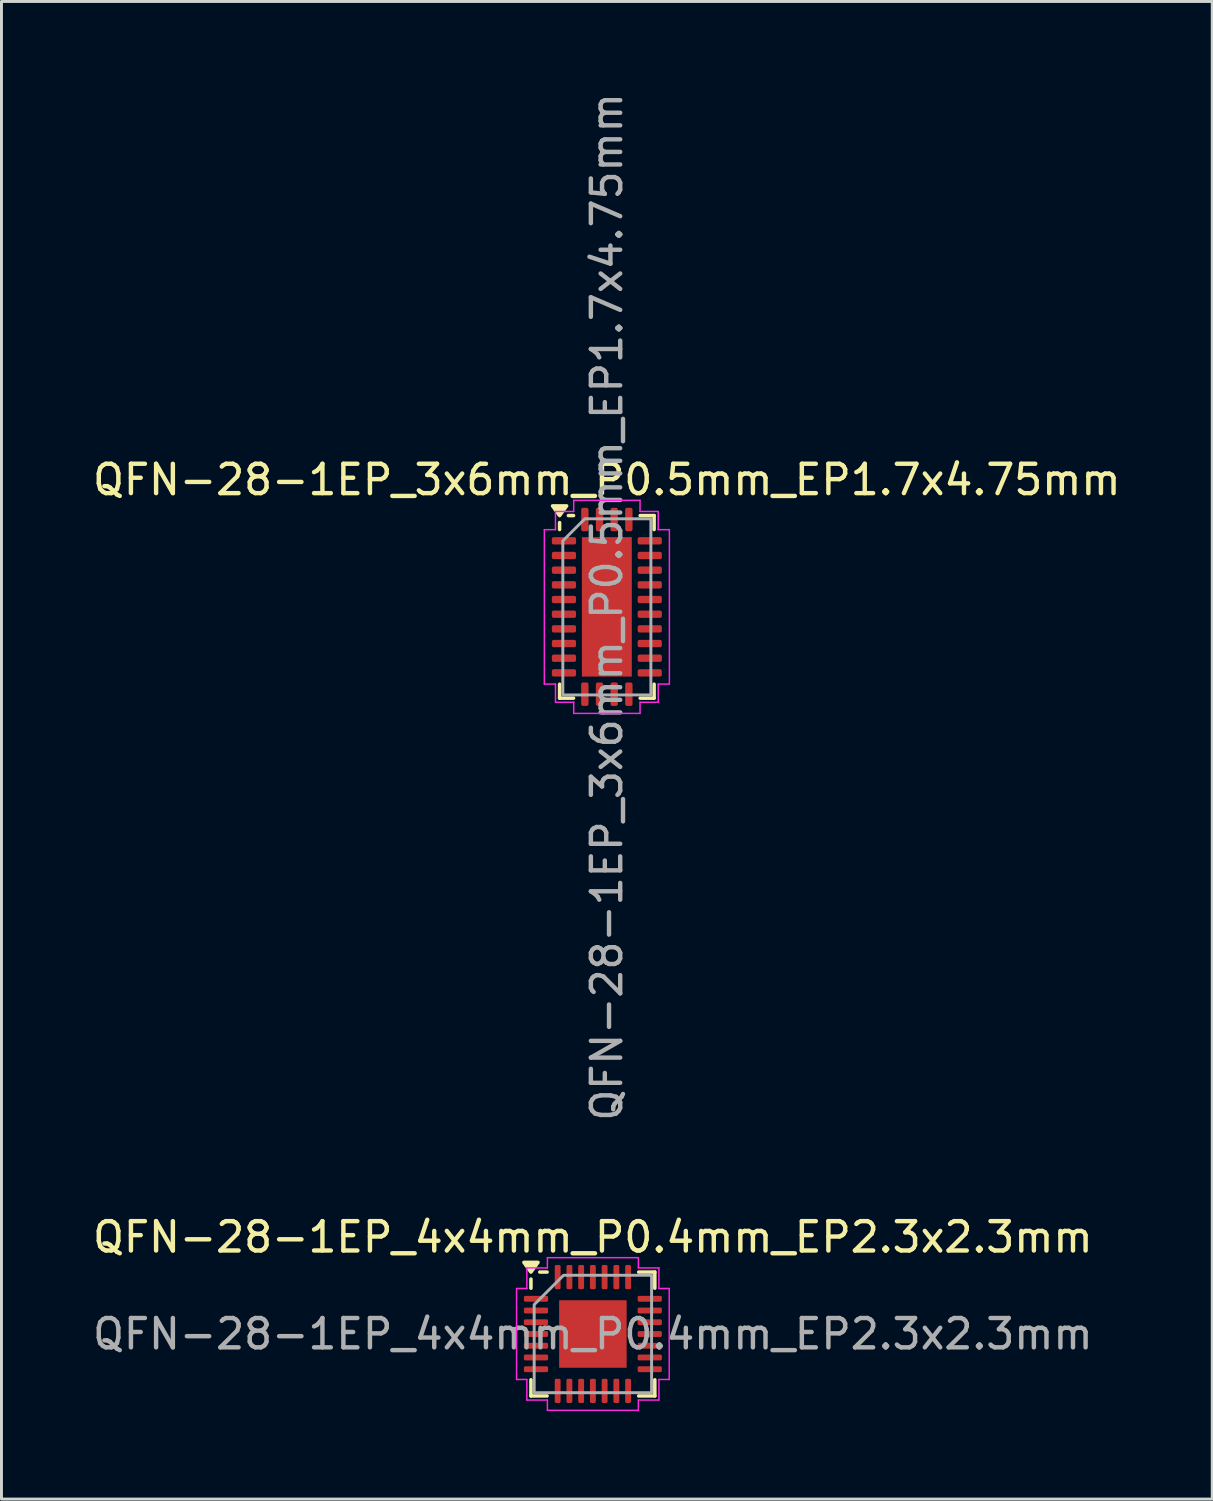
<source format=kicad_pcb>
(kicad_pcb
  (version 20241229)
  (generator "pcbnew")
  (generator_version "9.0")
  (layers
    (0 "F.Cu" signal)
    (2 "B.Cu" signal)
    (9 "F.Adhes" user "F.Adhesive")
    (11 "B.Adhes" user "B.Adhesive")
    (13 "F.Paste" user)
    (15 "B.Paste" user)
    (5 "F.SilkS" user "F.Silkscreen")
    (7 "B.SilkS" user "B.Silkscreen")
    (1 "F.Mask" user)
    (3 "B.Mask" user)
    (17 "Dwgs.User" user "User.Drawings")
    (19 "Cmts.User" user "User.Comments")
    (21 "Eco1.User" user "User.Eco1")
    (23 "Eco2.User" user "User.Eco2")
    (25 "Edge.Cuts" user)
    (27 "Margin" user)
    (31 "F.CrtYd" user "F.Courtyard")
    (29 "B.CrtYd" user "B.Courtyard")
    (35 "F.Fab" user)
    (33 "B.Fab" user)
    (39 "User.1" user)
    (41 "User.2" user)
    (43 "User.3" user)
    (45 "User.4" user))
  (footprint "QFN-28-1EP_4x4mm_P0.4mm_EP2.3x2.3mm"
    (layer "F.Cu")
    (at 17.149 42.398)
    (property "Reference" "QFN-28-1EP_4x4mm_P0.4mm_EP2.3x2.3mm" (at 0 -3.3 0) (layer "F.SilkS") (effects (font (size 1 1) (thickness 0.15))))
    (attr smd)
    (fp_line (start -2.11 -1.56) (end -2.11 -1.87) (stroke (width 0.12) (type solid)) (layer "F.SilkS"))
    (fp_line (start -2.11 2.11) (end -2.11 1.56) (stroke (width 0.12) (type solid)) (layer "F.SilkS"))
    (fp_line (start -1.56 -2.11) (end -1.81 -2.11) (stroke (width 0.12) (type solid)) (layer "F.SilkS"))
    (fp_line (start -1.56 2.11) (end -2.11 2.11) (stroke (width 0.12) (type solid)) (layer "F.SilkS"))
    (fp_line (start 1.56 -2.11) (end 2.11 -2.11) (stroke (width 0.12) (type solid)) (layer "F.SilkS"))
    (fp_line (start 1.56 2.11) (end 2.11 2.11) (stroke (width 0.12) (type solid)) (layer "F.SilkS"))
    (fp_line (start 2.11 -2.11) (end 2.11 -1.56) (stroke (width 0.12) (type solid)) (layer "F.SilkS"))
    (fp_line (start 2.11 2.11) (end 2.11 1.56) (stroke (width 0.12) (type solid)) (layer "F.SilkS"))
    (fp_poly (pts (xy -2.11 -2.11) (xy -2.35 -2.44) (xy -1.87 -2.44)) (stroke (width 0.12) (type solid)) (fill yes) (layer "F.SilkS"))
    (fp_line (start -2.6 -1.55) (end -2.25 -1.55) (stroke (width 0.05) (type solid)) (layer "F.CrtYd"))
    (fp_line (start -2.6 1.55) (end -2.6 -1.55) (stroke (width 0.05) (type solid)) (layer "F.CrtYd"))
    (fp_line (start -2.25 -2.25) (end -1.55 -2.25) (stroke (width 0.05) (type solid)) (layer "F.CrtYd"))
    (fp_line (start -2.25 -1.55) (end -2.25 -2.25) (stroke (width 0.05) (type solid)) (layer "F.CrtYd"))
    (fp_line (start -2.25 1.55) (end -2.6 1.55) (stroke (width 0.05) (type solid)) (layer "F.CrtYd"))
    (fp_line (start -2.25 2.25) (end -2.25 1.55) (stroke (width 0.05) (type solid)) (layer "F.CrtYd"))
    (fp_line (start -1.55 -2.6) (end 1.55 -2.6) (stroke (width 0.05) (type solid)) (layer "F.CrtYd"))
    (fp_line (start -1.55 -2.25) (end -1.55 -2.6) (stroke (width 0.05) (type solid)) (layer "F.CrtYd"))
    (fp_line (start -1.55 2.25) (end -2.25 2.25) (stroke (width 0.05) (type solid)) (layer "F.CrtYd"))
    (fp_line (start -1.55 2.6) (end -1.55 2.25) (stroke (width 0.05) (type solid)) (layer "F.CrtYd"))
    (fp_line (start 1.55 -2.6) (end 1.55 -2.25) (stroke (width 0.05) (type solid)) (layer "F.CrtYd"))
    (fp_line (start 1.55 -2.25) (end 2.25 -2.25) (stroke (width 0.05) (type solid)) (layer "F.CrtYd"))
    (fp_line (start 1.55 2.25) (end 1.55 2.6) (stroke (width 0.05) (type solid)) (layer "F.CrtYd"))
    (fp_line (start 1.55 2.6) (end -1.55 2.6) (stroke (width 0.05) (type solid)) (layer "F.CrtYd"))
    (fp_line (start 2.25 -2.25) (end 2.25 -1.55) (stroke (width 0.05) (type solid)) (layer "F.CrtYd"))
    (fp_line (start 2.25 -1.55) (end 2.6 -1.55) (stroke (width 0.05) (type solid)) (layer "F.CrtYd"))
    (fp_line (start 2.25 1.55) (end 2.25 2.25) (stroke (width 0.05) (type solid)) (layer "F.CrtYd"))
    (fp_line (start 2.25 2.25) (end 1.55 2.25) (stroke (width 0.05) (type solid)) (layer "F.CrtYd"))
    (fp_line (start 2.6 -1.55) (end 2.6 1.55) (stroke (width 0.05) (type solid)) (layer "F.CrtYd"))
    (fp_line (start 2.6 1.55) (end 2.25 1.55) (stroke (width 0.05) (type solid)) (layer "F.CrtYd"))
    (fp_poly (pts (xy -2 -1) (xy -2 2) (xy 2 2) (xy 2 -2) (xy -1 -2)) (stroke (width 0.1) (type solid)) (fill no) (layer "F.Fab"))
    (fp_text user "${REFERENCE}" (at 0 0 0) (layer "F.Fab") (effects (font (size 1 1) (thickness 0.15))))
    (pad "" smd roundrect (at -0.575 -0.575) (size 0.93 0.93) (layers "F.Paste") (roundrect_rratio 0.25))
    (pad "" smd roundrect (at -0.575 0.575) (size 0.93 0.93) (layers "F.Paste") (roundrect_rratio 0.25))
    (pad "" smd roundrect (at 0.575 -0.575) (size 0.93 0.93) (layers "F.Paste") (roundrect_rratio 0.25))
    (pad "" smd roundrect (at 0.575 0.575) (size 0.93 0.93) (layers "F.Paste") (roundrect_rratio 0.25))
    (pad "1" smd roundrect (at -1.938 -1.2) (size 0.825 0.2) (layers "F.Cu" "F.Mask" "F.Paste") (roundrect_rratio 0.25))
    (pad "2" smd roundrect (at -1.938 -0.8) (size 0.825 0.2) (layers "F.Cu" "F.Mask" "F.Paste") (roundrect_rratio 0.25))
    (pad "3" smd roundrect (at -1.938 -0.4) (size 0.825 0.2) (layers "F.Cu" "F.Mask" "F.Paste") (roundrect_rratio 0.25))
    (pad "4" smd roundrect (at -1.938 0) (size 0.825 0.2) (layers "F.Cu" "F.Mask" "F.Paste") (roundrect_rratio 0.25))
    (pad "5" smd roundrect (at -1.938 0.4) (size 0.825 0.2) (layers "F.Cu" "F.Mask" "F.Paste") (roundrect_rratio 0.25))
    (pad "6" smd roundrect (at -1.938 0.8) (size 0.825 0.2) (layers "F.Cu" "F.Mask" "F.Paste") (roundrect_rratio 0.25))
    (pad "7" smd roundrect (at -1.938 1.2) (size 0.825 0.2) (layers "F.Cu" "F.Mask" "F.Paste") (roundrect_rratio 0.25))
    (pad "8" smd roundrect (at -1.2 1.938) (size 0.2 0.825) (layers "F.Cu" "F.Mask" "F.Paste") (roundrect_rratio 0.25))
    (pad "9" smd roundrect (at -0.8 1.938) (size 0.2 0.825) (layers "F.Cu" "F.Mask" "F.Paste") (roundrect_rratio 0.25))
    (pad "10" smd roundrect (at -0.4 1.938) (size 0.2 0.825) (layers "F.Cu" "F.Mask" "F.Paste") (roundrect_rratio 0.25))
    (pad "11" smd roundrect (at 0 1.938) (size 0.2 0.825) (layers "F.Cu" "F.Mask" "F.Paste") (roundrect_rratio 0.25))
    (pad "12" smd roundrect (at 0.4 1.938) (size 0.2 0.825) (layers "F.Cu" "F.Mask" "F.Paste") (roundrect_rratio 0.25))
    (pad "13" smd roundrect (at 0.8 1.938) (size 0.2 0.825) (layers "F.Cu" "F.Mask" "F.Paste") (roundrect_rratio 0.25))
    (pad "14" smd roundrect (at 1.2 1.938) (size 0.2 0.825) (layers "F.Cu" "F.Mask" "F.Paste") (roundrect_rratio 0.25))
    (pad "15" smd roundrect (at 1.938 1.2) (size 0.825 0.2) (layers "F.Cu" "F.Mask" "F.Paste") (roundrect_rratio 0.25))
    (pad "16" smd roundrect (at 1.938 0.8) (size 0.825 0.2) (layers "F.Cu" "F.Mask" "F.Paste") (roundrect_rratio 0.25))
    (pad "17" smd roundrect (at 1.938 0.4) (size 0.825 0.2) (layers "F.Cu" "F.Mask" "F.Paste") (roundrect_rratio 0.25))
    (pad "18" smd roundrect (at 1.938 0) (size 0.825 0.2) (layers "F.Cu" "F.Mask" "F.Paste") (roundrect_rratio 0.25))
    (pad "19" smd roundrect (at 1.938 -0.4) (size 0.825 0.2) (layers "F.Cu" "F.Mask" "F.Paste") (roundrect_rratio 0.25))
    (pad "20" smd roundrect (at 1.938 -0.8) (size 0.825 0.2) (layers "F.Cu" "F.Mask" "F.Paste") (roundrect_rratio 0.25))
    (pad "21" smd roundrect (at 1.938 -1.2) (size 0.825 0.2) (layers "F.Cu" "F.Mask" "F.Paste") (roundrect_rratio 0.25))
    (pad "22" smd roundrect (at 1.2 -1.938) (size 0.2 0.825) (layers "F.Cu" "F.Mask" "F.Paste") (roundrect_rratio 0.25))
    (pad "23" smd roundrect (at 0.8 -1.938) (size 0.2 0.825) (layers "F.Cu" "F.Mask" "F.Paste") (roundrect_rratio 0.25))
    (pad "24" smd roundrect (at 0.4 -1.938) (size 0.2 0.825) (layers "F.Cu" "F.Mask" "F.Paste") (roundrect_rratio 0.25))
    (pad "25" smd roundrect (at 0 -1.938) (size 0.2 0.825) (layers "F.Cu" "F.Mask" "F.Paste") (roundrect_rratio 0.25))
    (pad "26" smd roundrect (at -0.4 -1.938) (size 0.2 0.825) (layers "F.Cu" "F.Mask" "F.Paste") (roundrect_rratio 0.25))
    (pad "27" smd roundrect (at -0.8 -1.938) (size 0.2 0.825) (layers "F.Cu" "F.Mask" "F.Paste") (roundrect_rratio 0.25))
    (pad "28" smd roundrect (at -1.2 -1.938) (size 0.2 0.825) (layers "F.Cu" "F.Mask" "F.Paste") (roundrect_rratio 0.25))
    (pad "29" smd rect (at 0 0) (size 2.3 2.3) (property pad_prop_heatsink) (layers "F.Cu" "F.Mask")))
  (footprint "QFN-28-1EP_3x6mm_P0.5mm_EP1.7x4.75mm"
    (layer "F.Cu")
    (at 17.625 17.625)
    (property "Reference" "QFN-28-1EP_3x6mm_P0.5mm_EP1.7x4.75mm" (at 0 -4.33 0) (layer "F.SilkS") (effects (font (size 1 1) (thickness 0.15))))
    (attr smd)
    (fp_line (start -1.61 -2.635) (end -1.61 -2.87) (stroke (width 0.12) (type solid)) (layer "F.SilkS"))
    (fp_line (start -1.61 3.11) (end -1.61 2.635) (stroke (width 0.12) (type solid)) (layer "F.SilkS"))
    (fp_line (start -1.135 -3.11) (end -1.31 -3.11) (stroke (width 0.12) (type solid)) (layer "F.SilkS"))
    (fp_line (start -1.135 3.11) (end -1.61 3.11) (stroke (width 0.12) (type solid)) (layer "F.SilkS"))
    (fp_line (start 1.135 -3.11) (end 1.61 -3.11) (stroke (width 0.12) (type solid)) (layer "F.SilkS"))
    (fp_line (start 1.135 3.11) (end 1.61 3.11) (stroke (width 0.12) (type solid)) (layer "F.SilkS"))
    (fp_line (start 1.61 -3.11) (end 1.61 -2.635) (stroke (width 0.12) (type solid)) (layer "F.SilkS"))
    (fp_line (start 1.61 3.11) (end 1.61 2.635) (stroke (width 0.12) (type solid)) (layer "F.SilkS"))
    (fp_poly (pts (xy -1.61 -3.11) (xy -1.85 -3.44) (xy -1.37 -3.44)) (stroke (width 0.12) (type solid)) (fill yes) (layer "F.SilkS"))
    (fp_line (start -2.13 -2.63) (end -1.75 -2.63) (stroke (width 0.05) (type solid)) (layer "F.CrtYd"))
    (fp_line (start -2.13 2.63) (end -2.13 -2.63) (stroke (width 0.05) (type solid)) (layer "F.CrtYd"))
    (fp_line (start -1.75 -3.25) (end -1.13 -3.25) (stroke (width 0.05) (type solid)) (layer "F.CrtYd"))
    (fp_line (start -1.75 -2.63) (end -1.75 -3.25) (stroke (width 0.05) (type solid)) (layer "F.CrtYd"))
    (fp_line (start -1.75 2.63) (end -2.13 2.63) (stroke (width 0.05) (type solid)) (layer "F.CrtYd"))
    (fp_line (start -1.75 3.25) (end -1.75 2.63) (stroke (width 0.05) (type solid)) (layer "F.CrtYd"))
    (fp_line (start -1.13 -3.63) (end 1.13 -3.63) (stroke (width 0.05) (type solid)) (layer "F.CrtYd"))
    (fp_line (start -1.13 -3.25) (end -1.13 -3.63) (stroke (width 0.05) (type solid)) (layer "F.CrtYd"))
    (fp_line (start -1.13 3.25) (end -1.75 3.25) (stroke (width 0.05) (type solid)) (layer "F.CrtYd"))
    (fp_line (start -1.13 3.63) (end -1.13 3.25) (stroke (width 0.05) (type solid)) (layer "F.CrtYd"))
    (fp_line (start 1.13 -3.63) (end 1.13 -3.25) (stroke (width 0.05) (type solid)) (layer "F.CrtYd"))
    (fp_line (start 1.13 -3.25) (end 1.75 -3.25) (stroke (width 0.05) (type solid)) (layer "F.CrtYd"))
    (fp_line (start 1.13 3.25) (end 1.13 3.63) (stroke (width 0.05) (type solid)) (layer "F.CrtYd"))
    (fp_line (start 1.13 3.63) (end -1.13 3.63) (stroke (width 0.05) (type solid)) (layer "F.CrtYd"))
    (fp_line (start 1.75 -3.25) (end 1.75 -2.63) (stroke (width 0.05) (type solid)) (layer "F.CrtYd"))
    (fp_line (start 1.75 -2.63) (end 2.13 -2.63) (stroke (width 0.05) (type solid)) (layer "F.CrtYd"))
    (fp_line (start 1.75 2.63) (end 1.75 3.25) (stroke (width 0.05) (type solid)) (layer "F.CrtYd"))
    (fp_line (start 1.75 3.25) (end 1.13 3.25) (stroke (width 0.05) (type solid)) (layer "F.CrtYd"))
    (fp_line (start 2.13 -2.63) (end 2.13 2.63) (stroke (width 0.05) (type solid)) (layer "F.CrtYd"))
    (fp_line (start 2.13 2.63) (end 1.75 2.63) (stroke (width 0.05) (type solid)) (layer "F.CrtYd"))
    (fp_poly (pts (xy -1.5 -2.25) (xy -1.5 3) (xy 1.5 3) (xy 1.5 -3) (xy -0.75 -3)) (stroke (width 0.1) (type solid)) (fill no) (layer "F.Fab"))
    (fp_text user "${REFERENCE}" (at 0 0 90) (layer "F.Fab") (effects (font (size 1 1) (thickness 0.15))))
    (pad "" smd roundrect (at -0.425 -1.785) (size 0.69 0.96) (layers "F.Paste") (roundrect_rratio 0.25))
    (pad "" smd roundrect (at -0.425 -0.595) (size 0.69 0.96) (layers "F.Paste") (roundrect_rratio 0.25))
    (pad "" smd roundrect (at -0.425 0.595) (size 0.69 0.96) (layers "F.Paste") (roundrect_rratio 0.25))
    (pad "" smd roundrect (at -0.425 1.785) (size 0.69 0.96) (layers "F.Paste") (roundrect_rratio 0.25))
    (pad "" smd roundrect (at 0.425 -1.785) (size 0.69 0.96) (layers "F.Paste") (roundrect_rratio 0.25))
    (pad "" smd roundrect (at 0.425 -0.595) (size 0.69 0.96) (layers "F.Paste") (roundrect_rratio 0.25))
    (pad "" smd roundrect (at 0.425 0.595) (size 0.69 0.96) (layers "F.Paste") (roundrect_rratio 0.25))
    (pad "" smd roundrect (at 0.425 1.785) (size 0.69 0.96) (layers "F.Paste") (roundrect_rratio 0.25))
    (pad "1" smd roundrect (at -1.462 -2.25) (size 0.825 0.25) (layers "F.Cu" "F.Mask" "F.Paste") (roundrect_rratio 0.25))
    (pad "2" smd roundrect (at -1.462 -1.75) (size 0.825 0.25) (layers "F.Cu" "F.Mask" "F.Paste") (roundrect_rratio 0.25))
    (pad "3" smd roundrect (at -1.462 -1.25) (size 0.825 0.25) (layers "F.Cu" "F.Mask" "F.Paste") (roundrect_rratio 0.25))
    (pad "4" smd roundrect (at -1.462 -0.75) (size 0.825 0.25) (layers "F.Cu" "F.Mask" "F.Paste") (roundrect_rratio 0.25))
    (pad "5" smd roundrect (at -1.462 -0.25) (size 0.825 0.25) (layers "F.Cu" "F.Mask" "F.Paste") (roundrect_rratio 0.25))
    (pad "6" smd roundrect (at -1.462 0.25) (size 0.825 0.25) (layers "F.Cu" "F.Mask" "F.Paste") (roundrect_rratio 0.25))
    (pad "7" smd roundrect (at -1.462 0.75) (size 0.825 0.25) (layers "F.Cu" "F.Mask" "F.Paste") (roundrect_rratio 0.25))
    (pad "8" smd roundrect (at -1.462 1.25) (size 0.825 0.25) (layers "F.Cu" "F.Mask" "F.Paste") (roundrect_rratio 0.25))
    (pad "9" smd roundrect (at -1.462 1.75) (size 0.825 0.25) (layers "F.Cu" "F.Mask" "F.Paste") (roundrect_rratio 0.25))
    (pad "10" smd roundrect (at -1.462 2.25) (size 0.825 0.25) (layers "F.Cu" "F.Mask" "F.Paste") (roundrect_rratio 0.25))
    (pad "11" smd roundrect (at -0.75 2.975) (size 0.25 0.8) (layers "F.Cu" "F.Mask" "F.Paste") (roundrect_rratio 0.25))
    (pad "12" smd roundrect (at -0.25 2.975) (size 0.25 0.8) (layers "F.Cu" "F.Mask" "F.Paste") (roundrect_rratio 0.25))
    (pad "13" smd roundrect (at 0.25 2.975) (size 0.25 0.8) (layers "F.Cu" "F.Mask" "F.Paste") (roundrect_rratio 0.25))
    (pad "14" smd roundrect (at 0.75 2.975) (size 0.25 0.8) (layers "F.Cu" "F.Mask" "F.Paste") (roundrect_rratio 0.25))
    (pad "15" smd roundrect (at 1.462 2.25) (size 0.825 0.25) (layers "F.Cu" "F.Mask" "F.Paste") (roundrect_rratio 0.25))
    (pad "16" smd roundrect (at 1.462 1.75) (size 0.825 0.25) (layers "F.Cu" "F.Mask" "F.Paste") (roundrect_rratio 0.25))
    (pad "17" smd roundrect (at 1.462 1.25) (size 0.825 0.25) (layers "F.Cu" "F.Mask" "F.Paste") (roundrect_rratio 0.25))
    (pad "18" smd roundrect (at 1.462 0.75) (size 0.825 0.25) (layers "F.Cu" "F.Mask" "F.Paste") (roundrect_rratio 0.25))
    (pad "19" smd roundrect (at 1.462 0.25) (size 0.825 0.25) (layers "F.Cu" "F.Mask" "F.Paste") (roundrect_rratio 0.25))
    (pad "20" smd roundrect (at 1.462 -0.25) (size 0.825 0.25) (layers "F.Cu" "F.Mask" "F.Paste") (roundrect_rratio 0.25))
    (pad "21" smd roundrect (at 1.462 -0.75) (size 0.825 0.25) (layers "F.Cu" "F.Mask" "F.Paste") (roundrect_rratio 0.25))
    (pad "22" smd roundrect (at 1.462 -1.25) (size 0.825 0.25) (layers "F.Cu" "F.Mask" "F.Paste") (roundrect_rratio 0.25))
    (pad "23" smd roundrect (at 1.462 -1.75) (size 0.825 0.25) (layers "F.Cu" "F.Mask" "F.Paste") (roundrect_rratio 0.25))
    (pad "24" smd roundrect (at 1.462 -2.25) (size 0.825 0.25) (layers "F.Cu" "F.Mask" "F.Paste") (roundrect_rratio 0.25))
    (pad "25" smd roundrect (at 0.75 -2.975) (size 0.25 0.8) (layers "F.Cu" "F.Mask" "F.Paste") (roundrect_rratio 0.25))
    (pad "26" smd roundrect (at 0.25 -2.975) (size 0.25 0.8) (layers "F.Cu" "F.Mask" "F.Paste") (roundrect_rratio 0.25))
    (pad "27" smd roundrect (at -0.25 -2.975) (size 0.25 0.8) (layers "F.Cu" "F.Mask" "F.Paste") (roundrect_rratio 0.25))
    (pad "28" smd roundrect (at -0.75 -2.975) (size 0.25 0.8) (layers "F.Cu" "F.Mask" "F.Paste") (roundrect_rratio 0.25))
    (pad "29" smd rect (at 0 0) (size 1.7 4.75) (property pad_prop_heatsink) (layers "F.Cu" "F.Mask")))
  (gr_rect
    (start -3 -3)
    (end 38.25 48.023)
    (stroke (width 0.1) (type default))
    (fill no)
    (layer "Edge.Cuts")))
</source>
